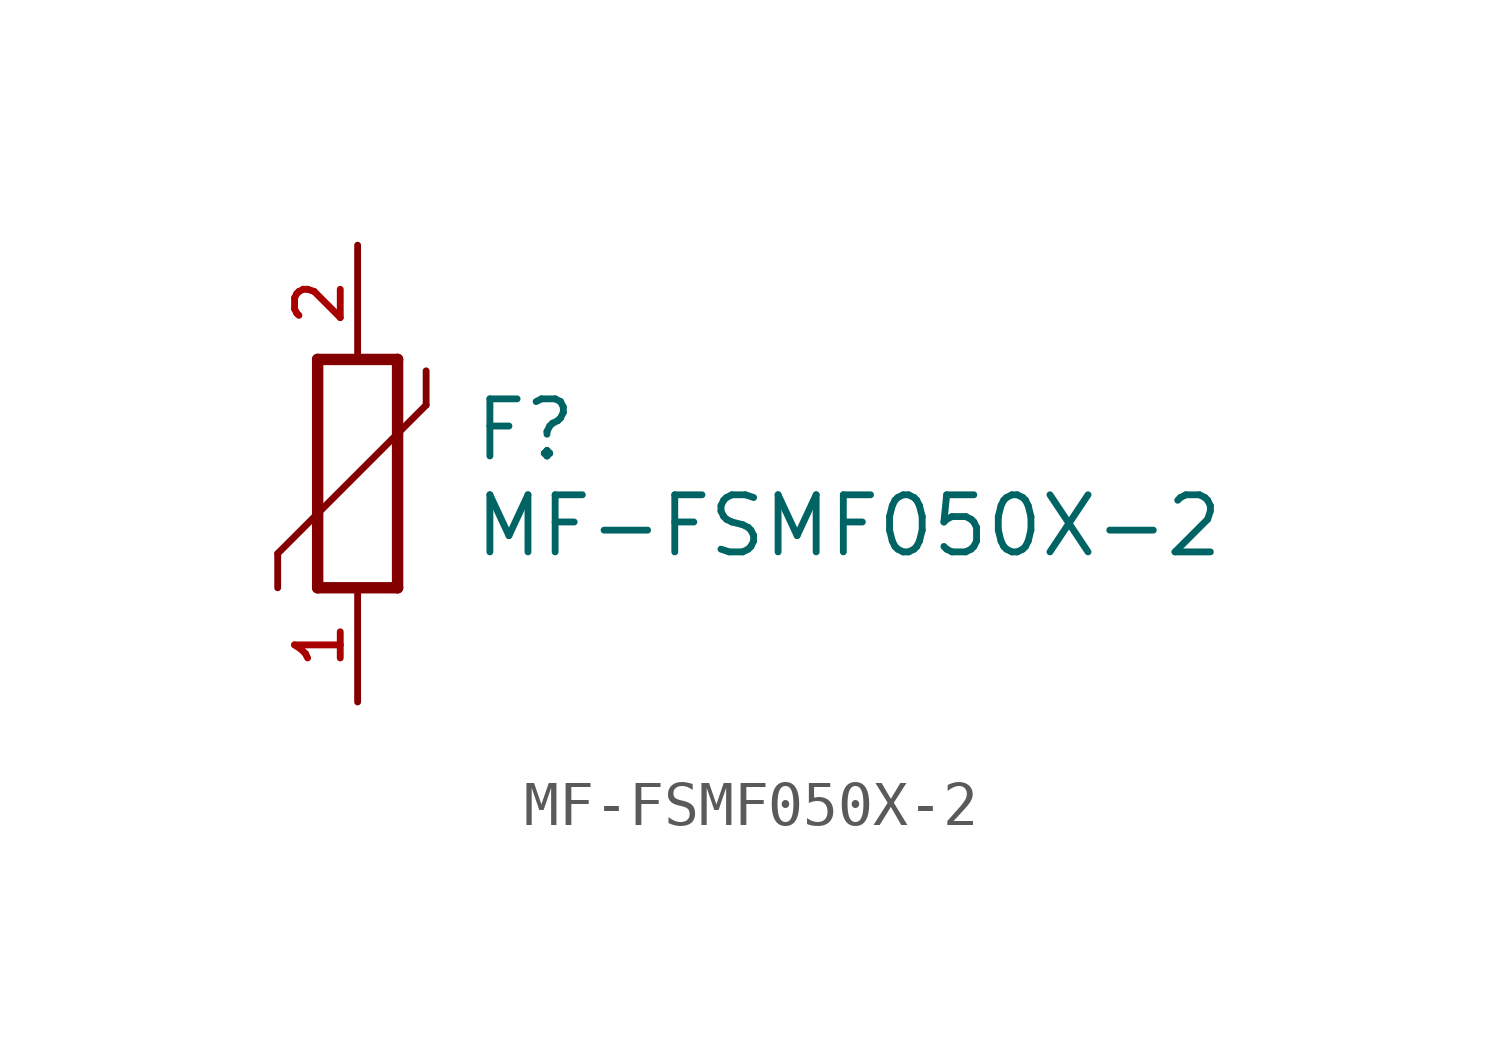
<source format=kicad_sym>
(kicad_symbol_lib
  (version 20211014)
  (generator kicad_symbol_editor)
  (symbol "MF-FSMF050X-2"
    (pin_names
      (offset 1.016))
    (property "Reference" "F"
      (at 2.54 0.229 0)
      (effects (font (size 1.27 1.27)) (justify bottom left)))
    (property "Value" "MF-FSMF050X-2"
      (at 2.54 -1.905 0)
      (effects (font (size 1.27 1.27)) (justify bottom left)))
    (symbol "MF-FSMF050X-2_0_0"
      (polyline (pts (xy 0.889 -2.54) (xy 0.889 2.54)) (stroke (width 0.254)))
      (polyline (pts (xy -0.889 2.54) (xy -0.889 -2.54)) (stroke (width 0.254)))
      (polyline (pts (xy 0.889 2.54) (xy -0.889 2.54)) (stroke (width 0.254)))
      (polyline (pts (xy 0.889 -2.54) (xy -0.889 -2.54)) (stroke (width 0.254)))
      (polyline (pts (xy 1.524 1.524) (xy -1.778 -1.778)) (stroke (width 0.152)))
      (polyline (pts (xy -1.778 -1.778) (xy -1.778 -2.54)) (stroke (width 0.152)))
      (polyline (pts (xy 1.524 2.286) (xy 1.524 1.524)) (stroke (width 0.152)))
      (pin passive line (at 0.0 -5.08 90.0) (length 2.54) (name "~" (effects (font (size 1.016 1.016)))) (number "1" (effects (font (size 1.016 1.016)))))
      (pin passive line (at 0.0 5.08 270.0) (length 2.54) (name "~" (effects (font (size 1.016 1.016)))) (number "2" (effects (font (size 1.016 1.016))))))))
</source>
